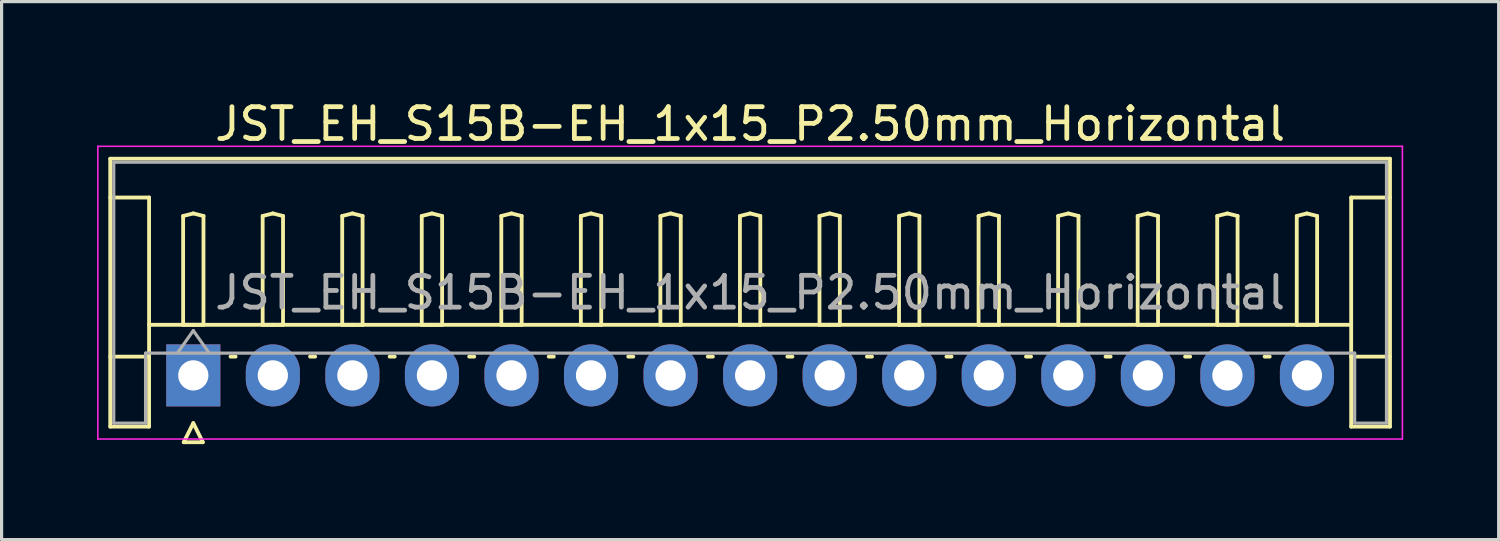
<source format=kicad_pcb>
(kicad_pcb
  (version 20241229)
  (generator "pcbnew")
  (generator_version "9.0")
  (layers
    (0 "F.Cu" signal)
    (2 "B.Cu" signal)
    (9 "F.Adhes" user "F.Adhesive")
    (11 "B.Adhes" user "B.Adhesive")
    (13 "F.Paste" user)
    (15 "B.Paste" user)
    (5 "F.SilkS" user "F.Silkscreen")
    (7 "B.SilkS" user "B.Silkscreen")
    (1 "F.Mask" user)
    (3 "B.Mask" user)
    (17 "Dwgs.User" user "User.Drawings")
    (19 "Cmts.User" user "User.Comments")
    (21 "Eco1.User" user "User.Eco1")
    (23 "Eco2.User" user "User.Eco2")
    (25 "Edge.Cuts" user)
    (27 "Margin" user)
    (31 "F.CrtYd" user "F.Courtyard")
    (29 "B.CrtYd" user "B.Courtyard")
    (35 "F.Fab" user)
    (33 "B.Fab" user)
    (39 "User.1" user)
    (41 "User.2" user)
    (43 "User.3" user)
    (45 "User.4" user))
  (footprint "JST_EH_S15B-EH_1x15_P2.50mm_Horizontal"
    (layer "F.Cu")
    (at 3.025 8.748)
    (property "Reference" "JST_EH_S15B-EH_1x15_P2.50mm_Horizontal" (at 17.5 -7.9 0) (layer "F.SilkS") (effects (font (size 1 1) (thickness 0.15))))
    (attr through_hole)
    (fp_line (start -2.61 -6.81) (end 37.61 -6.81) (stroke (width 0.12) (type solid)) (layer "F.SilkS"))
    (fp_line (start -2.61 -5.59) (end -1.39 -5.59) (stroke (width 0.12) (type solid)) (layer "F.SilkS"))
    (fp_line (start -2.61 1.61) (end -2.61 -6.81) (stroke (width 0.12) (type solid)) (layer "F.SilkS"))
    (fp_line (start -1.39 -5.59) (end -1.39 -0.59) (stroke (width 0.12) (type solid)) (layer "F.SilkS"))
    (fp_line (start -1.39 -1.59) (end 36.39 -1.59) (stroke (width 0.12) (type solid)) (layer "F.SilkS"))
    (fp_line (start -1.39 -0.59) (end -2.61 -0.59) (stroke (width 0.12) (type solid)) (layer "F.SilkS"))
    (fp_line (start -1.39 -0.59) (end -1.39 1.61) (stroke (width 0.12) (type solid)) (layer "F.SilkS"))
    (fp_line (start -1.39 1.61) (end -2.61 1.61) (stroke (width 0.12) (type solid)) (layer "F.SilkS"))
    (fp_line (start -0.32 -5.01) (end 0 -5.09) (stroke (width 0.12) (type solid)) (layer "F.SilkS"))
    (fp_line (start -0.32 -1.59) (end -0.32 -5.01) (stroke (width 0.12) (type solid)) (layer "F.SilkS"))
    (fp_line (start -0.3 2.1) (end 0.3 2.1) (stroke (width 0.12) (type solid)) (layer "F.SilkS"))
    (fp_line (start 0 -5.09) (end 0.32 -5.01) (stroke (width 0.12) (type solid)) (layer "F.SilkS"))
    (fp_line (start 0 -1.59) (end -0.32 -1.59) (stroke (width 0.12) (type solid)) (layer "F.SilkS"))
    (fp_line (start 0 1.5) (end -0.3 2.1) (stroke (width 0.12) (type solid)) (layer "F.SilkS"))
    (fp_line (start 0.3 2.1) (end 0 1.5) (stroke (width 0.12) (type solid)) (layer "F.SilkS"))
    (fp_line (start 0.32 -5.01) (end 0.32 -1.59) (stroke (width 0.12) (type solid)) (layer "F.SilkS"))
    (fp_line (start 0.32 -1.59) (end 0 -1.59) (stroke (width 0.12) (type solid)) (layer "F.SilkS"))
    (fp_line (start 1.17 -0.59) (end 1.33 -0.59) (stroke (width 0.12) (type solid)) (layer "F.SilkS"))
    (fp_line (start 2.18 -5.01) (end 2.5 -5.09) (stroke (width 0.12) (type solid)) (layer "F.SilkS"))
    (fp_line (start 2.18 -1.59) (end 2.18 -5.01) (stroke (width 0.12) (type solid)) (layer "F.SilkS"))
    (fp_line (start 2.5 -5.09) (end 2.82 -5.01) (stroke (width 0.12) (type solid)) (layer "F.SilkS"))
    (fp_line (start 2.5 -1.59) (end 2.18 -1.59) (stroke (width 0.12) (type solid)) (layer "F.SilkS"))
    (fp_line (start 2.82 -5.01) (end 2.82 -1.59) (stroke (width 0.12) (type solid)) (layer "F.SilkS"))
    (fp_line (start 2.82 -1.59) (end 2.5 -1.59) (stroke (width 0.12) (type solid)) (layer "F.SilkS"))
    (fp_line (start 3.67 -0.59) (end 3.83 -0.59) (stroke (width 0.12) (type solid)) (layer "F.SilkS"))
    (fp_line (start 4.68 -5.01) (end 5 -5.09) (stroke (width 0.12) (type solid)) (layer "F.SilkS"))
    (fp_line (start 4.68 -1.59) (end 4.68 -5.01) (stroke (width 0.12) (type solid)) (layer "F.SilkS"))
    (fp_line (start 5 -5.09) (end 5.32 -5.01) (stroke (width 0.12) (type solid)) (layer "F.SilkS"))
    (fp_line (start 5 -1.59) (end 4.68 -1.59) (stroke (width 0.12) (type solid)) (layer "F.SilkS"))
    (fp_line (start 5.32 -5.01) (end 5.32 -1.59) (stroke (width 0.12) (type solid)) (layer "F.SilkS"))
    (fp_line (start 5.32 -1.59) (end 5 -1.59) (stroke (width 0.12) (type solid)) (layer "F.SilkS"))
    (fp_line (start 6.17 -0.59) (end 6.33 -0.59) (stroke (width 0.12) (type solid)) (layer "F.SilkS"))
    (fp_line (start 7.18 -5.01) (end 7.5 -5.09) (stroke (width 0.12) (type solid)) (layer "F.SilkS"))
    (fp_line (start 7.18 -1.59) (end 7.18 -5.01) (stroke (width 0.12) (type solid)) (layer "F.SilkS"))
    (fp_line (start 7.5 -5.09) (end 7.82 -5.01) (stroke (width 0.12) (type solid)) (layer "F.SilkS"))
    (fp_line (start 7.5 -1.59) (end 7.18 -1.59) (stroke (width 0.12) (type solid)) (layer "F.SilkS"))
    (fp_line (start 7.82 -5.01) (end 7.82 -1.59) (stroke (width 0.12) (type solid)) (layer "F.SilkS"))
    (fp_line (start 7.82 -1.59) (end 7.5 -1.59) (stroke (width 0.12) (type solid)) (layer "F.SilkS"))
    (fp_line (start 8.67 -0.59) (end 8.83 -0.59) (stroke (width 0.12) (type solid)) (layer "F.SilkS"))
    (fp_line (start 9.68 -5.01) (end 10 -5.09) (stroke (width 0.12) (type solid)) (layer "F.SilkS"))
    (fp_line (start 9.68 -1.59) (end 9.68 -5.01) (stroke (width 0.12) (type solid)) (layer "F.SilkS"))
    (fp_line (start 10 -5.09) (end 10.32 -5.01) (stroke (width 0.12) (type solid)) (layer "F.SilkS"))
    (fp_line (start 10 -1.59) (end 9.68 -1.59) (stroke (width 0.12) (type solid)) (layer "F.SilkS"))
    (fp_line (start 10.32 -5.01) (end 10.32 -1.59) (stroke (width 0.12) (type solid)) (layer "F.SilkS"))
    (fp_line (start 10.32 -1.59) (end 10 -1.59) (stroke (width 0.12) (type solid)) (layer "F.SilkS"))
    (fp_line (start 11.17 -0.59) (end 11.33 -0.59) (stroke (width 0.12) (type solid)) (layer "F.SilkS"))
    (fp_line (start 12.18 -5.01) (end 12.5 -5.09) (stroke (width 0.12) (type solid)) (layer "F.SilkS"))
    (fp_line (start 12.18 -1.59) (end 12.18 -5.01) (stroke (width 0.12) (type solid)) (layer "F.SilkS"))
    (fp_line (start 12.5 -5.09) (end 12.82 -5.01) (stroke (width 0.12) (type solid)) (layer "F.SilkS"))
    (fp_line (start 12.5 -1.59) (end 12.18 -1.59) (stroke (width 0.12) (type solid)) (layer "F.SilkS"))
    (fp_line (start 12.82 -5.01) (end 12.82 -1.59) (stroke (width 0.12) (type solid)) (layer "F.SilkS"))
    (fp_line (start 12.82 -1.59) (end 12.5 -1.59) (stroke (width 0.12) (type solid)) (layer "F.SilkS"))
    (fp_line (start 13.67 -0.59) (end 13.83 -0.59) (stroke (width 0.12) (type solid)) (layer "F.SilkS"))
    (fp_line (start 14.68 -5.01) (end 15 -5.09) (stroke (width 0.12) (type solid)) (layer "F.SilkS"))
    (fp_line (start 14.68 -1.59) (end 14.68 -5.01) (stroke (width 0.12) (type solid)) (layer "F.SilkS"))
    (fp_line (start 15 -5.09) (end 15.32 -5.01) (stroke (width 0.12) (type solid)) (layer "F.SilkS"))
    (fp_line (start 15 -1.59) (end 14.68 -1.59) (stroke (width 0.12) (type solid)) (layer "F.SilkS"))
    (fp_line (start 15.32 -5.01) (end 15.32 -1.59) (stroke (width 0.12) (type solid)) (layer "F.SilkS"))
    (fp_line (start 15.32 -1.59) (end 15 -1.59) (stroke (width 0.12) (type solid)) (layer "F.SilkS"))
    (fp_line (start 16.17 -0.59) (end 16.33 -0.59) (stroke (width 0.12) (type solid)) (layer "F.SilkS"))
    (fp_line (start 17.18 -5.01) (end 17.5 -5.09) (stroke (width 0.12) (type solid)) (layer "F.SilkS"))
    (fp_line (start 17.18 -1.59) (end 17.18 -5.01) (stroke (width 0.12) (type solid)) (layer "F.SilkS"))
    (fp_line (start 17.5 -5.09) (end 17.82 -5.01) (stroke (width 0.12) (type solid)) (layer "F.SilkS"))
    (fp_line (start 17.5 -1.59) (end 17.18 -1.59) (stroke (width 0.12) (type solid)) (layer "F.SilkS"))
    (fp_line (start 17.82 -5.01) (end 17.82 -1.59) (stroke (width 0.12) (type solid)) (layer "F.SilkS"))
    (fp_line (start 17.82 -1.59) (end 17.5 -1.59) (stroke (width 0.12) (type solid)) (layer "F.SilkS"))
    (fp_line (start 18.67 -0.59) (end 18.83 -0.59) (stroke (width 0.12) (type solid)) (layer "F.SilkS"))
    (fp_line (start 19.68 -5.01) (end 20 -5.09) (stroke (width 0.12) (type solid)) (layer "F.SilkS"))
    (fp_line (start 19.68 -1.59) (end 19.68 -5.01) (stroke (width 0.12) (type solid)) (layer "F.SilkS"))
    (fp_line (start 20 -5.09) (end 20.32 -5.01) (stroke (width 0.12) (type solid)) (layer "F.SilkS"))
    (fp_line (start 20 -1.59) (end 19.68 -1.59) (stroke (width 0.12) (type solid)) (layer "F.SilkS"))
    (fp_line (start 20.32 -5.01) (end 20.32 -1.59) (stroke (width 0.12) (type solid)) (layer "F.SilkS"))
    (fp_line (start 20.32 -1.59) (end 20 -1.59) (stroke (width 0.12) (type solid)) (layer "F.SilkS"))
    (fp_line (start 21.17 -0.59) (end 21.33 -0.59) (stroke (width 0.12) (type solid)) (layer "F.SilkS"))
    (fp_line (start 22.18 -5.01) (end 22.5 -5.09) (stroke (width 0.12) (type solid)) (layer "F.SilkS"))
    (fp_line (start 22.18 -1.59) (end 22.18 -5.01) (stroke (width 0.12) (type solid)) (layer "F.SilkS"))
    (fp_line (start 22.5 -5.09) (end 22.82 -5.01) (stroke (width 0.12) (type solid)) (layer "F.SilkS"))
    (fp_line (start 22.5 -1.59) (end 22.18 -1.59) (stroke (width 0.12) (type solid)) (layer "F.SilkS"))
    (fp_line (start 22.82 -5.01) (end 22.82 -1.59) (stroke (width 0.12) (type solid)) (layer "F.SilkS"))
    (fp_line (start 22.82 -1.59) (end 22.5 -1.59) (stroke (width 0.12) (type solid)) (layer "F.SilkS"))
    (fp_line (start 23.67 -0.59) (end 23.83 -0.59) (stroke (width 0.12) (type solid)) (layer "F.SilkS"))
    (fp_line (start 24.68 -5.01) (end 25 -5.09) (stroke (width 0.12) (type solid)) (layer "F.SilkS"))
    (fp_line (start 24.68 -1.59) (end 24.68 -5.01) (stroke (width 0.12) (type solid)) (layer "F.SilkS"))
    (fp_line (start 25 -5.09) (end 25.32 -5.01) (stroke (width 0.12) (type solid)) (layer "F.SilkS"))
    (fp_line (start 25 -1.59) (end 24.68 -1.59) (stroke (width 0.12) (type solid)) (layer "F.SilkS"))
    (fp_line (start 25.32 -5.01) (end 25.32 -1.59) (stroke (width 0.12) (type solid)) (layer "F.SilkS"))
    (fp_line (start 25.32 -1.59) (end 25 -1.59) (stroke (width 0.12) (type solid)) (layer "F.SilkS"))
    (fp_line (start 26.17 -0.59) (end 26.33 -0.59) (stroke (width 0.12) (type solid)) (layer "F.SilkS"))
    (fp_line (start 27.18 -5.01) (end 27.5 -5.09) (stroke (width 0.12) (type solid)) (layer "F.SilkS"))
    (fp_line (start 27.18 -1.59) (end 27.18 -5.01) (stroke (width 0.12) (type solid)) (layer "F.SilkS"))
    (fp_line (start 27.5 -5.09) (end 27.82 -5.01) (stroke (width 0.12) (type solid)) (layer "F.SilkS"))
    (fp_line (start 27.5 -1.59) (end 27.18 -1.59) (stroke (width 0.12) (type solid)) (layer "F.SilkS"))
    (fp_line (start 27.82 -5.01) (end 27.82 -1.59) (stroke (width 0.12) (type solid)) (layer "F.SilkS"))
    (fp_line (start 27.82 -1.59) (end 27.5 -1.59) (stroke (width 0.12) (type solid)) (layer "F.SilkS"))
    (fp_line (start 28.67 -0.59) (end 28.83 -0.59) (stroke (width 0.12) (type solid)) (layer "F.SilkS"))
    (fp_line (start 29.68 -5.01) (end 30 -5.09) (stroke (width 0.12) (type solid)) (layer "F.SilkS"))
    (fp_line (start 29.68 -1.59) (end 29.68 -5.01) (stroke (width 0.12) (type solid)) (layer "F.SilkS"))
    (fp_line (start 30 -5.09) (end 30.32 -5.01) (stroke (width 0.12) (type solid)) (layer "F.SilkS"))
    (fp_line (start 30 -1.59) (end 29.68 -1.59) (stroke (width 0.12) (type solid)) (layer "F.SilkS"))
    (fp_line (start 30.32 -5.01) (end 30.32 -1.59) (stroke (width 0.12) (type solid)) (layer "F.SilkS"))
    (fp_line (start 30.32 -1.59) (end 30 -1.59) (stroke (width 0.12) (type solid)) (layer "F.SilkS"))
    (fp_line (start 31.17 -0.59) (end 31.33 -0.59) (stroke (width 0.12) (type solid)) (layer "F.SilkS"))
    (fp_line (start 32.18 -5.01) (end 32.5 -5.09) (stroke (width 0.12) (type solid)) (layer "F.SilkS"))
    (fp_line (start 32.18 -1.59) (end 32.18 -5.01) (stroke (width 0.12) (type solid)) (layer "F.SilkS"))
    (fp_line (start 32.5 -5.09) (end 32.82 -5.01) (stroke (width 0.12) (type solid)) (layer "F.SilkS"))
    (fp_line (start 32.5 -1.59) (end 32.18 -1.59) (stroke (width 0.12) (type solid)) (layer "F.SilkS"))
    (fp_line (start 32.82 -5.01) (end 32.82 -1.59) (stroke (width 0.12) (type solid)) (layer "F.SilkS"))
    (fp_line (start 32.82 -1.59) (end 32.5 -1.59) (stroke (width 0.12) (type solid)) (layer "F.SilkS"))
    (fp_line (start 33.67 -0.59) (end 33.83 -0.59) (stroke (width 0.12) (type solid)) (layer "F.SilkS"))
    (fp_line (start 34.68 -5.01) (end 35 -5.09) (stroke (width 0.12) (type solid)) (layer "F.SilkS"))
    (fp_line (start 34.68 -1.59) (end 34.68 -5.01) (stroke (width 0.12) (type solid)) (layer "F.SilkS"))
    (fp_line (start 35 -5.09) (end 35.32 -5.01) (stroke (width 0.12) (type solid)) (layer "F.SilkS"))
    (fp_line (start 35 -1.59) (end 34.68 -1.59) (stroke (width 0.12) (type solid)) (layer "F.SilkS"))
    (fp_line (start 35.32 -5.01) (end 35.32 -1.59) (stroke (width 0.12) (type solid)) (layer "F.SilkS"))
    (fp_line (start 35.32 -1.59) (end 35 -1.59) (stroke (width 0.12) (type solid)) (layer "F.SilkS"))
    (fp_line (start 36.39 -5.59) (end 36.39 -0.59) (stroke (width 0.12) (type solid)) (layer "F.SilkS"))
    (fp_line (start 36.39 -0.59) (end 37.61 -0.59) (stroke (width 0.12) (type solid)) (layer "F.SilkS"))
    (fp_line (start 36.39 1.61) (end 36.39 -0.59) (stroke (width 0.12) (type solid)) (layer "F.SilkS"))
    (fp_line (start 37.61 -6.81) (end 37.61 1.61) (stroke (width 0.12) (type solid)) (layer "F.SilkS"))
    (fp_line (start 37.61 -5.59) (end 36.39 -5.59) (stroke (width 0.12) (type solid)) (layer "F.SilkS"))
    (fp_line (start 37.61 1.61) (end 36.39 1.61) (stroke (width 0.12) (type solid)) (layer "F.SilkS"))
    (fp_line (start -3 -7.2) (end -3 2) (stroke (width 0.05) (type solid)) (layer "F.CrtYd"))
    (fp_line (start -3 2) (end 38 2) (stroke (width 0.05) (type solid)) (layer "F.CrtYd"))
    (fp_line (start 38 -7.2) (end -3 -7.2) (stroke (width 0.05) (type solid)) (layer "F.CrtYd"))
    (fp_line (start 38 2) (end 38 -7.2) (stroke (width 0.05) (type solid)) (layer "F.CrtYd"))
    (fp_line (start -2.5 -6.7) (end 37.5 -6.7) (stroke (width 0.1) (type solid)) (layer "F.Fab"))
    (fp_line (start -2.5 1.5) (end -2.5 -6.7) (stroke (width 0.1) (type solid)) (layer "F.Fab"))
    (fp_line (start -1.5 -0.7) (end -1.5 1.5) (stroke (width 0.1) (type solid)) (layer "F.Fab"))
    (fp_line (start -1.5 1.5) (end -2.5 1.5) (stroke (width 0.1) (type solid)) (layer "F.Fab"))
    (fp_line (start -0.5 -0.7) (end 0 -1.407) (stroke (width 0.1) (type solid)) (layer "F.Fab"))
    (fp_line (start 0 -1.407) (end 0.5 -0.7) (stroke (width 0.1) (type solid)) (layer "F.Fab"))
    (fp_line (start 36.5 -0.7) (end -1.5 -0.7) (stroke (width 0.1) (type solid)) (layer "F.Fab"))
    (fp_line (start 36.5 1.5) (end 36.5 -0.7) (stroke (width 0.1) (type solid)) (layer "F.Fab"))
    (fp_line (start 37.5 -6.7) (end 37.5 1.5) (stroke (width 0.1) (type solid)) (layer "F.Fab"))
    (fp_line (start 37.5 1.5) (end 36.5 1.5) (stroke (width 0.1) (type solid)) (layer "F.Fab"))
    (fp_text user "${REFERENCE}" (at 17.5 -2.6 0) (layer "F.Fab") (effects (font (size 1 1) (thickness 0.15))))
    (pad "1" thru_hole rect (at 0 0) (size 1.7 1.95) (drill 0.95) (layers "*.Cu" "*.Mask"))
    (pad "2" thru_hole oval (at 2.5 0) (size 1.7 1.95) (drill 0.95) (layers "*.Cu" "*.Mask"))
    (pad "3" thru_hole oval (at 5 0) (size 1.7 1.95) (drill 0.95) (layers "*.Cu" "*.Mask"))
    (pad "4" thru_hole oval (at 7.5 0) (size 1.7 1.95) (drill 0.95) (layers "*.Cu" "*.Mask"))
    (pad "5" thru_hole oval (at 10 0) (size 1.7 1.95) (drill 0.95) (layers "*.Cu" "*.Mask"))
    (pad "6" thru_hole oval (at 12.5 0) (size 1.7 1.95) (drill 0.95) (layers "*.Cu" "*.Mask"))
    (pad "7" thru_hole oval (at 15 0) (size 1.7 1.95) (drill 0.95) (layers "*.Cu" "*.Mask"))
    (pad "8" thru_hole oval (at 17.5 0) (size 1.7 1.95) (drill 0.95) (layers "*.Cu" "*.Mask"))
    (pad "9" thru_hole oval (at 20 0) (size 1.7 1.95) (drill 0.95) (layers "*.Cu" "*.Mask"))
    (pad "10" thru_hole oval (at 22.5 0) (size 1.7 1.95) (drill 0.95) (layers "*.Cu" "*.Mask"))
    (pad "11" thru_hole oval (at 25 0) (size 1.7 1.95) (drill 0.95) (layers "*.Cu" "*.Mask"))
    (pad "12" thru_hole oval (at 27.5 0) (size 1.7 1.95) (drill 0.95) (layers "*.Cu" "*.Mask"))
    (pad "13" thru_hole oval (at 30 0) (size 1.7 1.95) (drill 0.95) (layers "*.Cu" "*.Mask"))
    (pad "14" thru_hole oval (at 32.5 0) (size 1.7 1.95) (drill 0.95) (layers "*.Cu" "*.Mask"))
    (pad "15" thru_hole oval (at 35 0) (size 1.7 1.95) (drill 0.95) (layers "*.Cu" "*.Mask")))
  (gr_rect
    (start -3 -3)
    (end 44.05 13.908)
    (stroke (width 0.1) (type default))
    (fill no)
    (layer "Edge.Cuts")))
</source>
